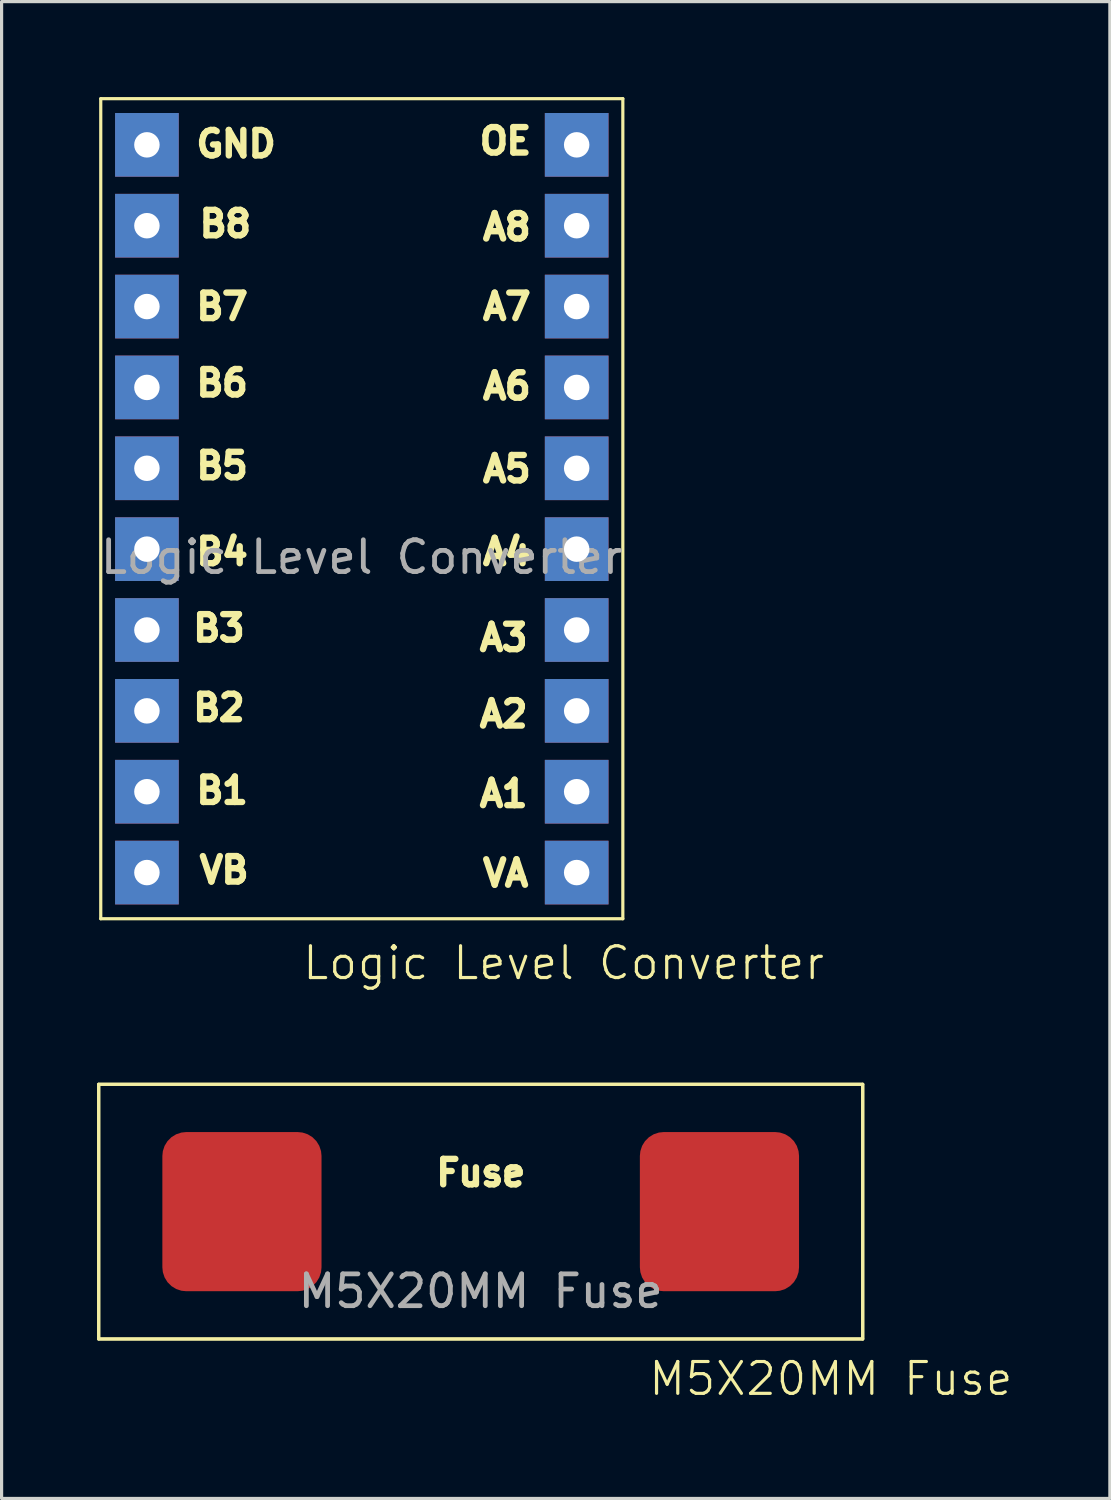
<source format=kicad_pcb>
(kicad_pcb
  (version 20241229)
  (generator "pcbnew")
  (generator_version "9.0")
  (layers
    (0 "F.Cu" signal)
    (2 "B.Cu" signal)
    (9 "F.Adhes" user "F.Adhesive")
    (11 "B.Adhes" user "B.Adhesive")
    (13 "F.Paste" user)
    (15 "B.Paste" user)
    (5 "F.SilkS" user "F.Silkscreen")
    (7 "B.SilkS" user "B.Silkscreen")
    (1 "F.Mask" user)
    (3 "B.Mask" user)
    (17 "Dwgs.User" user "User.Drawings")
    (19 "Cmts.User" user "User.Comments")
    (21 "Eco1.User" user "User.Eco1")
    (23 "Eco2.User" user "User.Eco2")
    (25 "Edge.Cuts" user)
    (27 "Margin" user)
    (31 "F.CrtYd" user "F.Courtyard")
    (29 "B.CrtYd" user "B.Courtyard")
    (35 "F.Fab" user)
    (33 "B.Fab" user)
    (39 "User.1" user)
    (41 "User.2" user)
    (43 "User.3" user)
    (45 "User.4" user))
  (footprint "Logic Level Converter"
    (layer "F.Cu")
    (at 8.315 13.05)
    (property "Reference" "Logic Level Converter" (at 6.34 14.15 0) (unlocked yes) (layer "F.SilkS") (effects (font (size 1 1) (thickness 0.1))))
    (attr smd)
    (fp_line (start -8.2 -13) (end 8.2 -13) (stroke (width 0.1) (type default)) (layer "F.SilkS"))
    (fp_line (start -8.2 12.76) (end -8.2 -13) (stroke (width 0.1) (type default)) (layer "F.SilkS"))
    (fp_line (start 8.2 -13) (end 8.2 12.76) (stroke (width 0.1) (type default)) (layer "F.SilkS"))
    (fp_line (start 8.2 12.76) (end -8.2 12.76) (stroke (width 0.1) (type default)) (layer "F.SilkS"))
    (fp_text user "OE" (at 3.6 -11.2 0) (unlocked yes) (layer "F.SilkS") (effects (font (size 0.8 0.8) (thickness 0.2) (bold yes)) (justify left bottom)))
    (fp_text user "B1" (at -5.3 9.2 0) (unlocked yes) (layer "F.SilkS") (effects (font (size 0.8 0.8) (thickness 0.2) (bold yes)) (justify left bottom)))
    (fp_text user "A5" (at 3.7 -0.9 0) (unlocked yes) (layer "F.SilkS") (effects (font (size 0.8 0.8) (thickness 0.2) (bold yes)) (justify left bottom)))
    (fp_text user "B6" (at -5.3 -3.6 0) (unlocked yes) (layer "F.SilkS") (effects (font (size 0.8 0.8) (thickness 0.2) (bold yes)) (justify left bottom)))
    (fp_text user "A8" (at 3.7 -8.5 0) (unlocked yes) (layer "F.SilkS") (effects (font (size 0.8 0.8) (thickness 0.2) (bold yes)) (justify left bottom)))
    (fp_text user "B8" (at -5.2 -8.6 0) (unlocked yes) (layer "F.SilkS") (effects (font (size 0.8 0.8) (thickness 0.2) (bold yes)) (justify left bottom)))
    (fp_text user "A1" (at 3.6 9.3 0) (unlocked yes) (layer "F.SilkS") (effects (font (size 0.8 0.8) (thickness 0.2) (bold yes)) (justify left bottom)))
    (fp_text user "VA" (at 3.7 11.8 0) (unlocked yes) (layer "F.SilkS") (effects (font (size 0.8 0.8) (thickness 0.2) (bold yes)) (justify left bottom)))
    (fp_text user "A2" (at 3.6 6.8 0) (unlocked yes) (layer "F.SilkS") (effects (font (size 0.8 0.8) (thickness 0.2) (bold yes)) (justify left bottom)))
    (fp_text user "A4" (at 3.7 1.7 0) (unlocked yes) (layer "F.SilkS") (effects (font (size 0.8 0.8) (thickness 0.2) (bold yes)) (justify left bottom)))
    (fp_text user "B5" (at -5.3 -1 0) (unlocked yes) (layer "F.SilkS") (effects (font (size 0.8 0.8) (thickness 0.2) (bold yes)) (justify left bottom)))
    (fp_text user "VB" (at -5.2 11.7 0) (unlocked yes) (layer "F.SilkS") (effects (font (size 0.8 0.8) (thickness 0.2) (bold yes)) (justify left bottom)))
    (fp_text user "A7" (at 3.7 -6 0) (unlocked yes) (layer "F.SilkS") (effects (font (size 0.8 0.8) (thickness 0.2) (bold yes)) (justify left bottom)))
    (fp_text user "A6" (at 3.7 -3.5 0) (unlocked yes) (layer "F.SilkS") (effects (font (size 0.8 0.8) (thickness 0.2) (bold yes)) (justify left bottom)))
    (fp_text user "A3" (at 3.6 4.4 0) (unlocked yes) (layer "F.SilkS") (effects (font (size 0.8 0.8) (thickness 0.2) (bold yes)) (justify left bottom)))
    (fp_text user "B3" (at -5.4 4.1 0) (unlocked yes) (layer "F.SilkS") (effects (font (size 0.8 0.8) (thickness 0.2) (bold yes)) (justify left bottom)))
    (fp_text user "B7" (at -5.3 -6 0) (unlocked yes) (layer "F.SilkS") (effects (font (size 0.8 0.8) (thickness 0.2) (bold yes)) (justify left bottom)))
    (fp_text user "GND" (at -5.3 -11.11 0) (unlocked yes) (layer "F.SilkS") (effects (font (size 0.8 0.8) (thickness 0.2) (bold yes)) (justify left bottom)))
    (fp_text user "B2" (at -5.4 6.6 0) (unlocked yes) (layer "F.SilkS") (effects (font (size 0.8 0.8) (thickness 0.2) (bold yes)) (justify left bottom)))
    (fp_text user "B4" (at -5.3 1.7 0) (unlocked yes) (layer "F.SilkS") (effects (font (size 0.8 0.8) (thickness 0.2) (bold yes)) (justify left bottom)))
    (fp_text user "${REFERENCE}" (at 0 1.4 0) (unlocked yes) (layer "F.Fab") (effects (font (size 1 1) (thickness 0.15))))
    (pad "1" thru_hole rect (at -6.75 -11.55 180) (size 2 2) (drill 0.8) (layers "*.Cu" "*.Mask"))
    (pad "2" thru_hole rect (at -6.75 -9.01 180) (size 2 2) (drill 0.8) (layers "*.Cu" "*.Mask"))
    (pad "3" thru_hole rect (at -6.75 -6.47 180) (size 2 2) (drill 0.8) (layers "*.Cu" "*.Mask"))
    (pad "4" thru_hole rect (at -6.75 -3.93 180) (size 2 2) (drill 0.8) (layers "*.Cu" "*.Mask"))
    (pad "5" thru_hole rect (at -6.75 -1.39 180) (size 2 2) (drill 0.8) (layers "*.Cu" "*.Mask"))
    (pad "6" thru_hole rect (at -6.75 1.15 180) (size 2 2) (drill 0.8) (layers "*.Cu" "*.Mask"))
    (pad "7" thru_hole rect (at -6.75 3.69 180) (size 2 2) (drill 0.8) (layers "*.Cu" "*.Mask"))
    (pad "8" thru_hole rect (at -6.75 6.23 180) (size 2 2) (drill 0.8) (layers "*.Cu" "*.Mask"))
    (pad "9" thru_hole rect (at -6.75 8.77 180) (size 2 2) (drill 0.8) (layers "*.Cu" "*.Mask"))
    (pad "10" thru_hole rect (at -6.75 11.31 180) (size 2 2) (drill 0.8) (layers "*.Cu" "*.Mask"))
    (pad "11" thru_hole rect (at 6.75 11.31 180) (size 2 2) (drill 0.8) (layers "*.Cu" "*.Mask"))
    (pad "12" thru_hole rect (at 6.75 8.77 180) (size 2 2) (drill 0.8) (layers "*.Cu" "*.Mask"))
    (pad "13" thru_hole rect (at 6.75 6.23 180) (size 2 2) (drill 0.8) (layers "*.Cu" "*.Mask"))
    (pad "14" thru_hole rect (at 6.75 3.69 180) (size 2 2) (drill 0.8) (layers "*.Cu" "*.Mask"))
    (pad "15" thru_hole rect (at 6.75 1.15 180) (size 2 2) (drill 0.8) (layers "*.Cu" "*.Mask"))
    (pad "16" thru_hole rect (at 6.75 -1.39 180) (size 2 2) (drill 0.8) (layers "*.Cu" "*.Mask"))
    (pad "17" thru_hole rect (at 6.75 -3.93 180) (size 2 2) (drill 0.8) (layers "*.Cu" "*.Mask"))
    (pad "18" thru_hole rect (at 6.75 -6.47 180) (size 2 2) (drill 0.8) (layers "*.Cu" "*.Mask"))
    (pad "19" thru_hole rect (at 6.75 -9.01 180) (size 2 2) (drill 0.8) (layers "*.Cu" "*.Mask"))
    (pad "20" thru_hole rect (at 6.75 -11.55 180) (size 2 2) (drill 0.8) (layers "*.Cu" "*.Mask"))
    (zone (net_name "") (layer "F.SilkS") (hatch edge 0.5) (connect_pads) (min_thickness 0.25) (filled_areas_thickness no) (keepout (tracks allowed) (vias allowed) (pads not_allowed) (copperpour allowed) (footprints not_allowed)) (placement (enabled no)) (fill) (polygon (pts (xy 0.115 0.05) (xy 16.515 0.05) (xy 16.515 25.81) (xy 0.115 25.81))))
    (zone (net_name "") (layer "F.SilkS") (hatch edge 0.5) (connect_pads) (min_thickness 0.25) (filled_areas_thickness no) (keepout (tracks allowed) (vias allowed) (pads not_allowed) (copperpour allowed) (footprints not_allowed)) (placement (enabled no)) (fill) (polygon (pts (xy 0.115 0.05) (xy 16.515 0.05) (xy 16.515 25.81) (xy 0.115 25.81)))))
  (footprint "M5X20MM Fuse"
    (layer "F.Cu")
    (at 12.05 35.011)
    (property "Reference" "M5X20MM Fuse" (at 11 5.25 0) (unlocked yes) (layer "F.SilkS") (effects (font (size 1 1) (thickness 0.1))))
    (attr smd)
    (fp_line (start -12 -4) (end 12 -4) (stroke (width 0.1) (type default)) (layer "F.SilkS"))
    (fp_line (start -12 4) (end -12 -4) (stroke (width 0.1) (type default)) (layer "F.SilkS"))
    (fp_line (start 12 -4) (end 12 4) (stroke (width 0.1) (type default)) (layer "F.SilkS"))
    (fp_line (start 12 4) (end -12 4) (stroke (width 0.1) (type default)) (layer "F.SilkS"))
    (fp_rect (start -12 -4) (end 12 4) (stroke (width 0.1) (type default)) (fill no) (layer "F.SilkS"))
    (fp_text user "Fuse" (at -1.5 -0.75 0) (unlocked yes) (layer "F.SilkS") (effects (font (size 0.8 0.8) (thickness 0.2) (bold yes)) (justify left bottom)))
    (fp_text user "${REFERENCE}" (at 0 2.5 0) (unlocked yes) (layer "F.Fab") (effects (font (size 1 1) (thickness 0.15))))
    (pad "1" smd roundrect (at -7.5 0 90) (size 5 5) (layers "F.Cu" "F.Mask" "F.Paste") (roundrect_rratio 0.15))
    (pad "2" smd roundrect (at 7.5 0 90) (size 5 5) (layers "F.Cu" "F.Mask" "F.Paste") (roundrect_rratio 0.15))
    (zone (net_name "") (layer "F.SilkS") (hatch edge 0.5) (connect_pads) (min_thickness 0.25) (filled_areas_thickness no) (keepout (tracks allowed) (vias allowed) (pads not_allowed) (copperpour allowed) (footprints not_allowed)) (placement (enabled no)) (fill) (polygon (pts (xy 0.05 31.011) (xy 24.05 31.011) (xy 24.05 39.011) (xy 0.05 39.011)))))
  (gr_rect
    (start -3 -3)
    (end 31.814 44.021)
    (stroke (width 0.1) (type default))
    (fill no)
    (layer "Edge.Cuts")))
</source>
